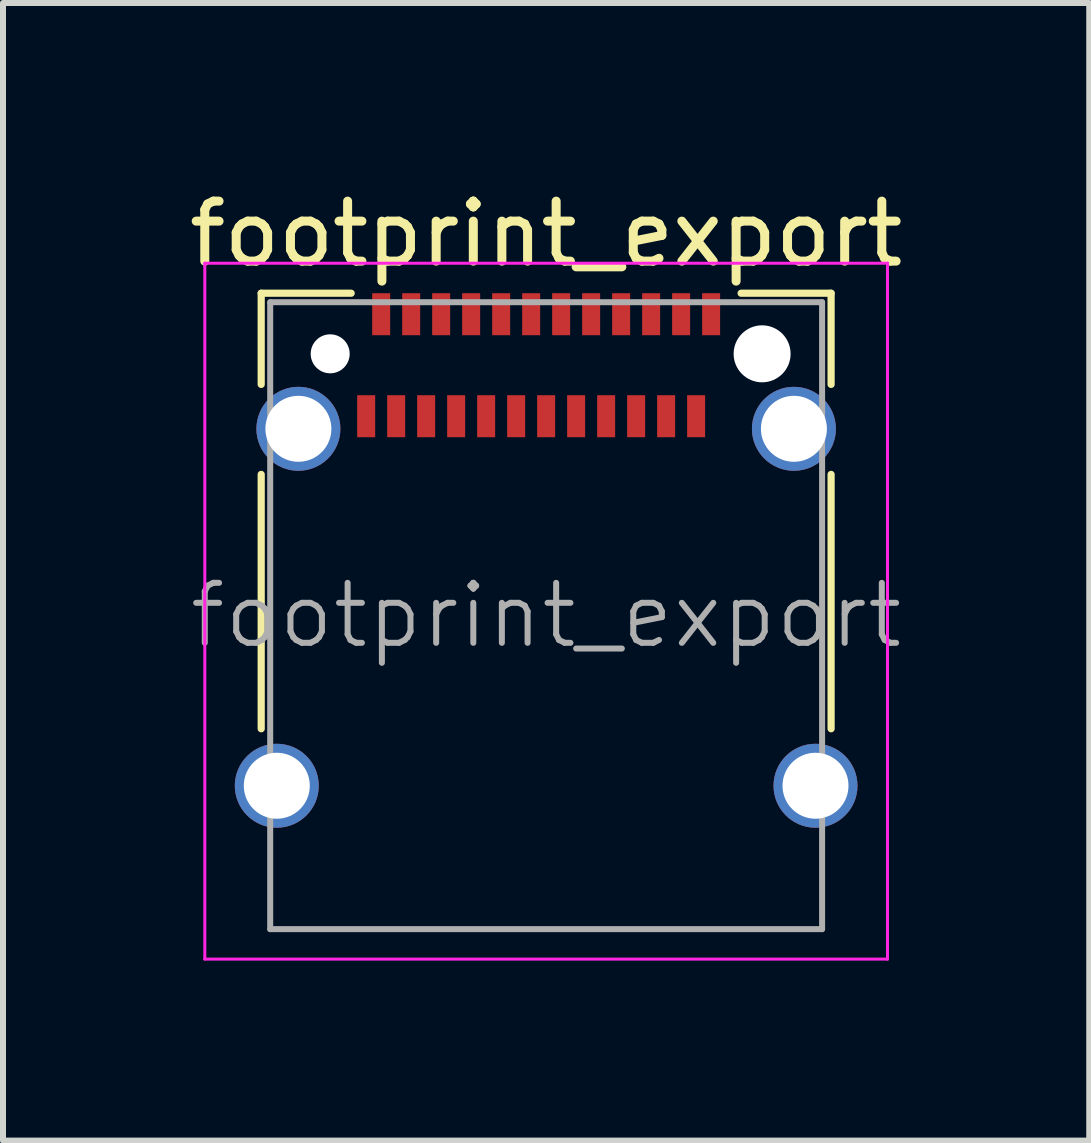
<source format=kicad_pcb>
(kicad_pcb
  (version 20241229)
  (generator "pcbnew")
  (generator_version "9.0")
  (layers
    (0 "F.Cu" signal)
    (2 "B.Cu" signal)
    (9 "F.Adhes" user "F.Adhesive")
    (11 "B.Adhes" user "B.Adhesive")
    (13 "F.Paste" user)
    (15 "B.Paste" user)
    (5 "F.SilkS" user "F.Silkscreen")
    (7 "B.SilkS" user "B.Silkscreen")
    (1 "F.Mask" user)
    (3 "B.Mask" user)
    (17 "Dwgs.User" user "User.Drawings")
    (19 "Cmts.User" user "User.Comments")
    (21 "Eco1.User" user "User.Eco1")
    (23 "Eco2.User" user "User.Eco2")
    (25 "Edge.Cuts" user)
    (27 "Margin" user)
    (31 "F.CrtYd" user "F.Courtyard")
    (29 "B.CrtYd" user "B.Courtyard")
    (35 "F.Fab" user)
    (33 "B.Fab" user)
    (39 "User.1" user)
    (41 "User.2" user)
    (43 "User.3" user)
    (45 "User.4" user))
  (footprint "footprint_export"
    (layer "F.Cu")
    (at 6.054 7.208)
    (property "Reference" "footprint_export" (at 0 -6.36 0) (layer "F.SilkS") (effects (font (size 1 1) (thickness 0.15))))
    (attr smd)
    (fp_line (start -4.75 -5.37) (end -4.75 -3.85) (stroke (width 0.12) (type solid)) (layer "F.SilkS"))
    (fp_line (start -4.75 -5.37) (end -3.25 -5.37) (stroke (width 0.12) (type solid)) (layer "F.SilkS"))
    (fp_line (start -4.75 -2.35) (end -4.75 1.89) (stroke (width 0.12) (type solid)) (layer "F.SilkS"))
    (fp_line (start 3.25 -5.37) (end 4.75 -5.37) (stroke (width 0.12) (type solid)) (layer "F.SilkS"))
    (fp_line (start 4.75 -5.37) (end 4.75 -3.85) (stroke (width 0.12) (type solid)) (layer "F.SilkS"))
    (fp_line (start 4.75 -2.35) (end 4.75 1.89) (stroke (width 0.12) (type solid)) (layer "F.SilkS"))
    (fp_line (start -5.69 -5.87) (end 5.69 -5.87) (stroke (width 0.05) (type solid)) (layer "F.CrtYd"))
    (fp_line (start -5.69 5.73) (end -5.69 -5.87) (stroke (width 0.05) (type solid)) (layer "F.CrtYd"))
    (fp_line (start 5.69 -5.87) (end 5.69 5.73) (stroke (width 0.05) (type solid)) (layer "F.CrtYd"))
    (fp_line (start 5.69 5.73) (end -5.69 5.73) (stroke (width 0.05) (type solid)) (layer "F.CrtYd"))
    (fp_line (start -4.6 -5.22) (end 4.6 -5.22) (stroke (width 0.1) (type solid)) (layer "F.Fab"))
    (fp_line (start -4.6 5.23) (end -4.6 -5.22) (stroke (width 0.1) (type solid)) (layer "F.Fab"))
    (fp_line (start -4.6 5.23) (end 4.6 5.23) (stroke (width 0.1) (type solid)) (layer "F.Fab"))
    (fp_line (start 4.6 5.23) (end 4.6 -5.22) (stroke (width 0.1) (type solid)) (layer "F.Fab"))
    (fp_text user "${REFERENCE}" (at 0 0 0) (layer "F.Fab") (effects (font (size 1 1) (thickness 0.1))))
    (pad "" np_thru_hole circle (at -3.6 -4.36) (size 0.65 0.65) (drill 0.65) (layers "*.Cu" "*.Mask"))
    (pad "" np_thru_hole circle (at 3.6 -4.36) (size 0.95 0.95) (drill 0.95) (layers "*.Cu" "*.Mask"))
    (pad "A1" smd rect (at -2.75 -5.02) (size 0.3 0.7) (layers "F.Cu" "F.Mask" "F.Paste"))
    (pad "A2" smd rect (at -2.25 -5.02) (size 0.3 0.7) (layers "F.Cu" "F.Mask" "F.Paste"))
    (pad "A3" smd rect (at -1.75 -5.02) (size 0.3 0.7) (layers "F.Cu" "F.Mask" "F.Paste"))
    (pad "A4" smd rect (at -1.25 -5.02) (size 0.3 0.7) (layers "F.Cu" "F.Mask" "F.Paste"))
    (pad "A5" smd rect (at -0.75 -5.02) (size 0.3 0.7) (layers "F.Cu" "F.Mask" "F.Paste"))
    (pad "A6" smd rect (at -0.25 -5.02) (size 0.3 0.7) (layers "F.Cu" "F.Mask" "F.Paste"))
    (pad "A7" smd rect (at 0.25 -5.02) (size 0.3 0.7) (layers "F.Cu" "F.Mask" "F.Paste"))
    (pad "A8" smd rect (at 0.75 -5.02) (size 0.3 0.7) (layers "F.Cu" "F.Mask" "F.Paste"))
    (pad "A9" smd rect (at 1.25 -5.02) (size 0.3 0.7) (layers "F.Cu" "F.Mask" "F.Paste"))
    (pad "A10" smd rect (at 1.75 -5.02) (size 0.3 0.7) (layers "F.Cu" "F.Mask" "F.Paste"))
    (pad "A11" smd rect (at 2.25 -5.02) (size 0.3 0.7) (layers "F.Cu" "F.Mask" "F.Paste"))
    (pad "A12" smd rect (at 2.75 -5.02) (size 0.3 0.7) (layers "F.Cu" "F.Mask" "F.Paste"))
    (pad "B1" smd rect (at 2.5 -3.32) (size 0.3 0.7) (layers "F.Cu" "F.Mask" "F.Paste"))
    (pad "B2" smd rect (at 2 -3.32) (size 0.3 0.7) (layers "F.Cu" "F.Mask" "F.Paste"))
    (pad "B3" smd rect (at 1.5 -3.32) (size 0.3 0.7) (layers "F.Cu" "F.Mask" "F.Paste"))
    (pad "B4" smd rect (at 1 -3.32) (size 0.3 0.7) (layers "F.Cu" "F.Mask" "F.Paste"))
    (pad "B5" smd rect (at 0.5 -3.32) (size 0.3 0.7) (layers "F.Cu" "F.Mask" "F.Paste"))
    (pad "B6" smd rect (at 0 -3.32) (size 0.3 0.7) (layers "F.Cu" "F.Mask" "F.Paste"))
    (pad "B7" smd rect (at -0.5 -3.32) (size 0.3 0.7) (layers "F.Cu" "F.Mask" "F.Paste"))
    (pad "B8" smd rect (at -1 -3.32) (size 0.3 0.7) (layers "F.Cu" "F.Mask" "F.Paste"))
    (pad "B9" smd rect (at -1.5 -3.32) (size 0.3 0.7) (layers "F.Cu" "F.Mask" "F.Paste"))
    (pad "B10" smd rect (at -2 -3.32) (size 0.3 0.7) (layers "F.Cu" "F.Mask" "F.Paste"))
    (pad "B11" smd rect (at -2.5 -3.32) (size 0.3 0.7) (layers "F.Cu" "F.Mask" "F.Paste"))
    (pad "B12" smd rect (at -3 -3.32) (size 0.3 0.7) (layers "F.Cu" "F.Mask" "F.Paste"))
    (pad "S1" thru_hole circle (at -4.49 2.84) (size 1.4 1.4) (drill 1.1) (layers "*.Cu" "*.Mask"))
    (pad "S1" thru_hole circle (at -4.13 -3.11) (size 1.4 1.4) (drill 1.1) (layers "*.Cu" "*.Mask"))
    (pad "S1" thru_hole circle (at 4.13 -3.11) (size 1.4 1.4) (drill 1.1) (layers "*.Cu" "*.Mask"))
    (pad "S1" thru_hole circle (at 4.49 2.84) (size 1.4 1.4) (drill 1.1) (layers "*.Cu" "*.Mask")))
  (gr_rect
    (start -3 -3)
    (end 15.107 15.963)
    (stroke (width 0.1) (type default))
    (fill no)
    (layer "Edge.Cuts")))
</source>
